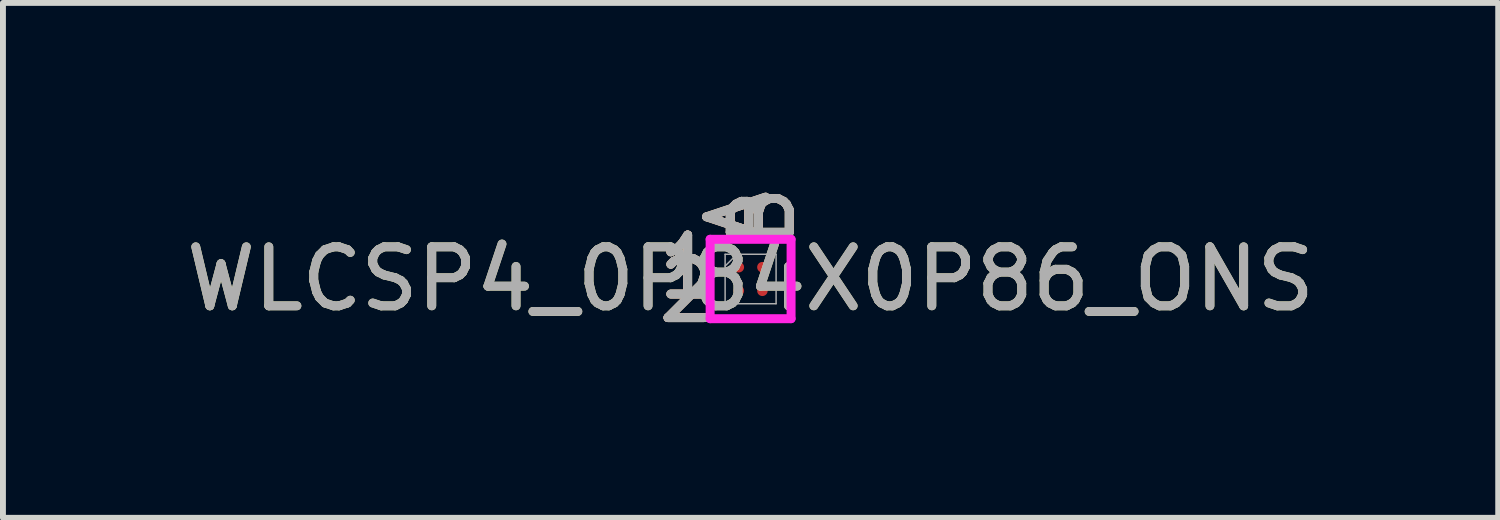
<source format=kicad_pcb>
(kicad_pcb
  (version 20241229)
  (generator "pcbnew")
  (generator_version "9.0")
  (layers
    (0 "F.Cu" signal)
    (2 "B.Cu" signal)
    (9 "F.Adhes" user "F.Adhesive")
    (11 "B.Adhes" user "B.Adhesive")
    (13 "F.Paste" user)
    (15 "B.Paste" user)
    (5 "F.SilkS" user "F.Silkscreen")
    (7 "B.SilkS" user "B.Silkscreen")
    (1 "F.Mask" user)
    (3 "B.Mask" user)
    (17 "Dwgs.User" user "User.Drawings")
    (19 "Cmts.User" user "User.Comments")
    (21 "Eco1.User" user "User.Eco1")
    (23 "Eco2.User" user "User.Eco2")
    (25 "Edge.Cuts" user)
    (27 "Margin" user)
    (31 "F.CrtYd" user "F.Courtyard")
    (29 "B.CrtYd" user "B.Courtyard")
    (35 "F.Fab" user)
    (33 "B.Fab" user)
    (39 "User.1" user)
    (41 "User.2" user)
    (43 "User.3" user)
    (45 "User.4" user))
  (footprint "WLCSP4_0P84X0P86_ONS"
    (layer "F.Cu")
    (at 9.673 1.679)
    (property "Reference" "WLCSP4_0P84X0P86_ONS" (at 0 0 0) (unlocked yes) (layer "F.SilkS") (effects (font (size 1 1) (thickness 0.15))))
    (attr smd)
    (fp_poly (pts (xy -0.845 -0.845) (xy 0.845 -0.845) (xy 0.845 0.845) (xy -0.845 0.845)) (stroke (width 0.1) (type solid)) (fill no) (layer "Eco2.User"))
    (fp_line (start -0.686 -0.673) (end 0.686 -0.673) (stroke (width 0.152) (type solid)) (layer "F.CrtYd"))
    (fp_line (start -0.686 0.673) (end -0.686 -0.673) (stroke (width 0.152) (type solid)) (layer "F.CrtYd"))
    (fp_line (start 0.686 -0.673) (end 0.686 0.673) (stroke (width 0.152) (type solid)) (layer "F.CrtYd"))
    (fp_line (start 0.686 0.673) (end -0.686 0.673) (stroke (width 0.152) (type solid)) (layer "F.CrtYd"))
    (fp_line (start -0.432 -0.419) (end -0.432 0.419) (stroke (width 0.025) (type solid)) (layer "F.Fab"))
    (fp_line (start -0.432 0.419) (end 0.432 0.419) (stroke (width 0.025) (type solid)) (layer "F.Fab"))
    (fp_line (start -0.232 -0.419) (end -0.432 -0.219) (stroke (width 0.025) (type solid)) (layer "F.Fab"))
    (fp_line (start 0.432 -0.419) (end -0.432 -0.419) (stroke (width 0.025) (type solid)) (layer "F.Fab"))
    (fp_line (start 0.432 0.419) (end 0.432 -0.419) (stroke (width 0.025) (type solid)) (layer "F.Fab"))
    (fp_text user "1" (at -1.067 -0.2 0) (unlocked yes) (layer "F.SilkS") (effects (font (size 1 1) (thickness 0.15))))
    (fp_text user "B" (at 0.2 -1.054 90) (unlocked yes) (layer "F.SilkS") (effects (font (size 1 1) (thickness 0.15))))
    (fp_text user "A" (at -0.2 -1.054 90) (unlocked yes) (layer "F.SilkS") (effects (font (size 1 1) (thickness 0.15))))
    (fp_text user "2" (at -1.067 0.2 0) (unlocked yes) (layer "F.SilkS") (effects (font (size 1 1) (thickness 0.15))))
    (fp_text user "2" (at -1.067 0.2 0) (unlocked yes) (layer "B.SilkS") (effects (font (size 1 1) (thickness 0.15))))
    (fp_text user "B" (at 0.2 -1.054 90) (unlocked yes) (layer "B.SilkS") (effects (font (size 1 1) (thickness 0.15))))
    (fp_text user "A" (at -0.2 -1.054 90) (unlocked yes) (layer "B.SilkS") (effects (font (size 1 1) (thickness 0.15))))
    (fp_text user "1" (at -1.067 -0.2 0) (unlocked yes) (layer "B.SilkS") (effects (font (size 1 1) (thickness 0.15))))
    (fp_text user "2" (at -1.067 0.2 0) (unlocked yes) (layer "F.Fab") (effects (font (size 1 1) (thickness 0.15))))
    (fp_text user "${REFERENCE}" (at 0 0 0) (unlocked yes) (layer "F.Fab") (effects (font (size 1 1) (thickness 0.15))))
    (fp_text user "B" (at 0.2 -1.054 90) (unlocked yes) (layer "F.Fab") (effects (font (size 1 1) (thickness 0.15))))
    (fp_text user "1" (at -1.067 -0.2 0) (unlocked yes) (layer "F.Fab") (effects (font (size 1 1) (thickness 0.15))))
    (fp_text user "A" (at -0.2 -1.054 90) (unlocked yes) (layer "F.Fab") (effects (font (size 1 1) (thickness 0.15))))
    (pad "A1" smd circle (at -0.2 -0.2) (size 0.178 0.178) (layers "F.Cu" "F.Mask" "F.Paste"))
    (pad "A2" smd circle (at -0.2 0.2) (size 0.178 0.178) (layers "F.Cu" "F.Mask" "F.Paste"))
    (pad "B1" smd circle (at 0.2 -0.2) (size 0.178 0.178) (layers "F.Cu" "F.Mask" "F.Paste"))
    (pad "B2" smd circle (at 0.2 0.2) (size 0.178 0.178) (layers "F.Cu" "F.Mask" "F.Paste")))
  (gr_rect
    (start -3 -3)
    (end 22.345 5.727)
    (stroke (width 0.1) (type default))
    (fill no)
    (layer "Edge.Cuts")))
</source>
